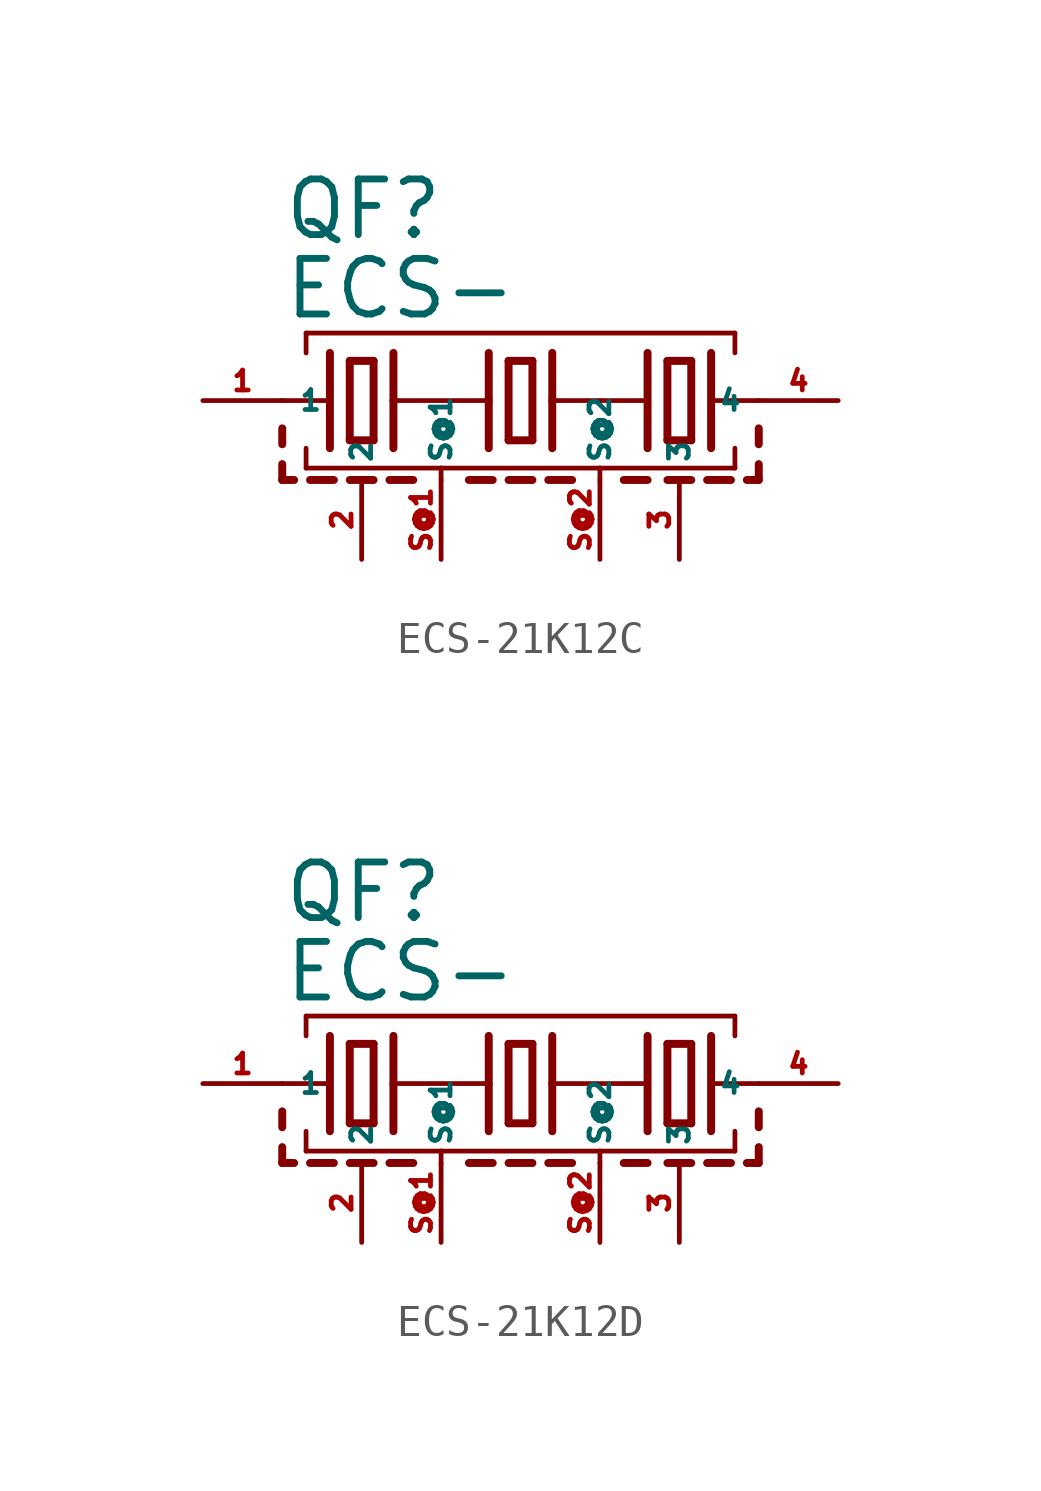
<source format=kicad_sym>
(kicad_symbol_lib
  (version 20220914)
  (generator Eagle2Kicad)
  (symbol "ECS-21K12C"
    (property "Reference" "QF"
      (at -7.62 5.08 0)
      (effects (font (size 1.778 1.778) (thickness 0.22)) (justify left bottom)))
    (property "Value" "ECS-"
      (at -7.62 2.54 0)
      (effects (font (size 1.778 1.778) (thickness 0.22)) (justify left bottom)))
    (polyline
      (pts (xy 6.096 0) (xy 7.62 0))
      (stroke (width 0.152) (type default))
      (fill (type none)))
    (polyline
      (pts (xy -7.62 0) (xy -6.096 0))
      (stroke (width 0.152) (type default))
      (fill (type none)))
    (polyline
      (pts (xy -0.381 1.27) (xy -0.381 -1.27))
      (stroke (width 0.254) (type default))
      (fill (type none)))
    (polyline
      (pts (xy -0.381 -1.27) (xy 0.381 -1.27))
      (stroke (width 0.254) (type default))
      (fill (type none)))
    (polyline
      (pts (xy 0.381 -1.27) (xy 0.381 1.27))
      (stroke (width 0.254) (type default))
      (fill (type none)))
    (polyline
      (pts (xy 0.381 1.27) (xy -0.381 1.27))
      (stroke (width 0.254) (type default))
      (fill (type none)))
    (polyline
      (pts (xy 6.096 1.524) (xy 6.096 -1.524))
      (stroke (width 0.254) (type default))
      (fill (type none)))
    (polyline
      (pts (xy -6.096 1.524) (xy -6.096 -1.524))
      (stroke (width 0.254) (type default))
      (fill (type none)))
    (polyline
      (pts (xy -6.858 1.524) (xy -6.858 2.159))
      (stroke (width 0.152) (type default))
      (fill (type none)))
    (polyline
      (pts (xy -6.858 2.159) (xy 6.858 2.159))
      (stroke (width 0.152) (type default))
      (fill (type none)))
    (polyline
      (pts (xy 6.858 2.159) (xy 6.858 1.524))
      (stroke (width 0.152) (type default))
      (fill (type none)))
    (polyline
      (pts (xy 6.858 -1.524) (xy 6.858 -2.159))
      (stroke (width 0.152) (type default))
      (fill (type none)))
    (polyline
      (pts (xy -6.858 -2.159) (xy -2.54 -2.159))
      (stroke (width 0.152) (type default))
      (fill (type none)))
    (polyline
      (pts (xy -2.54 -2.159) (xy 2.54 -2.159))
      (stroke (width 0.152) (type default))
      (fill (type none)))
    (polyline
      (pts (xy 2.54 -2.159) (xy 6.858 -2.159))
      (stroke (width 0.152) (type default))
      (fill (type none)))
    (polyline
      (pts (xy -6.858 -2.159) (xy -6.858 -1.524))
      (stroke (width 0.152) (type default))
      (fill (type none)))
    (polyline
      (pts (xy -1.016 1.524) (xy -1.016 0))
      (stroke (width 0.254) (type default))
      (fill (type none)))
    (polyline
      (pts (xy -1.016 0) (xy -1.016 -1.524))
      (stroke (width 0.254) (type default))
      (fill (type none)))
    (polyline
      (pts (xy 1.016 1.524) (xy 1.016 0))
      (stroke (width 0.254) (type default))
      (fill (type none)))
    (polyline
      (pts (xy 1.016 0) (xy 1.016 -1.524))
      (stroke (width 0.254) (type default))
      (fill (type none)))
    (polyline
      (pts (xy -4.699 1.27) (xy -5.461 1.27))
      (stroke (width 0.254) (type default))
      (fill (type none)))
    (polyline
      (pts (xy -5.461 -1.27) (xy -4.699 -1.27))
      (stroke (width 0.254) (type default))
      (fill (type none)))
    (polyline
      (pts (xy -5.461 1.27) (xy -5.461 -1.27))
      (stroke (width 0.254) (type default))
      (fill (type none)))
    (polyline
      (pts (xy -4.699 -1.27) (xy -4.699 1.27))
      (stroke (width 0.254) (type default))
      (fill (type none)))
    (polyline
      (pts (xy 5.461 -1.27) (xy 5.461 1.27))
      (stroke (width 0.254) (type default))
      (fill (type none)))
    (polyline
      (pts (xy 4.699 1.27) (xy 4.699 -1.27))
      (stroke (width 0.254) (type default))
      (fill (type none)))
    (polyline
      (pts (xy 5.461 1.27) (xy 4.699 1.27))
      (stroke (width 0.254) (type default))
      (fill (type none)))
    (polyline
      (pts (xy 4.699 -1.27) (xy 5.461 -1.27))
      (stroke (width 0.254) (type default))
      (fill (type none)))
    (polyline
      (pts (xy 4.064 1.524) (xy 4.064 -1.524))
      (stroke (width 0.254) (type default))
      (fill (type none)))
    (polyline
      (pts (xy -4.064 1.524) (xy -4.064 0))
      (stroke (width 0.254) (type default))
      (fill (type none)))
    (polyline
      (pts (xy -4.064 0) (xy -4.064 -1.524))
      (stroke (width 0.254) (type default))
      (fill (type none)))
    (polyline
      (pts (xy -4.064 0) (xy -1.016 0))
      (stroke (width 0.152) (type default))
      (fill (type none)))
    (polyline
      (pts (xy 1.016 0) (xy 4.064 0))
      (stroke (width 0.152) (type default))
      (fill (type none)))
    (polyline
      (pts (xy -7.62 -2.032) (xy -7.62 -2.54))
      (stroke (width 0.254) (type default))
      (fill (type none)))
    (polyline
      (pts (xy -7.62 -2.54) (xy -7.239 -2.54))
      (stroke (width 0.254) (type default))
      (fill (type none)))
    (polyline
      (pts (xy -5.461 -2.54) (xy -4.699 -2.54))
      (stroke (width 0.254) (type default))
      (fill (type none)))
    (polyline
      (pts (xy -6.731 -2.54) (xy -5.969 -2.54))
      (stroke (width 0.254) (type default))
      (fill (type none)))
    (polyline
      (pts (xy 4.699 -2.54) (xy 5.461 -2.54))
      (stroke (width 0.254) (type default))
      (fill (type none)))
    (polyline
      (pts (xy -4.191 -2.54) (xy -3.429 -2.54))
      (stroke (width 0.254) (type default))
      (fill (type none)))
    (polyline
      (pts (xy -1.651 -2.54) (xy -0.889 -2.54))
      (stroke (width 0.254) (type default))
      (fill (type none)))
    (polyline
      (pts (xy -0.381 -2.54) (xy 0.381 -2.54))
      (stroke (width 0.254) (type default))
      (fill (type none)))
    (polyline
      (pts (xy 0.889 -2.54) (xy 1.651 -2.54))
      (stroke (width 0.254) (type default))
      (fill (type none)))
    (polyline
      (pts (xy 3.302 -2.54) (xy 4.064 -2.54))
      (stroke (width 0.254) (type default))
      (fill (type none)))
    (polyline
      (pts (xy -2.54 -2.54) (xy -2.54 -2.159))
      (stroke (width 0.152) (type default))
      (fill (type none)))
    (polyline
      (pts (xy 2.54 -2.54) (xy 2.54 -2.159))
      (stroke (width 0.152) (type default))
      (fill (type none)))
    (polyline
      (pts (xy 7.62 -2.54) (xy 7.239 -2.54))
      (stroke (width 0.254) (type default))
      (fill (type none)))
    (polyline
      (pts (xy 6.731 -2.54) (xy 5.969 -2.54))
      (stroke (width 0.254) (type default))
      (fill (type none)))
    (polyline
      (pts (xy 7.62 -2.032) (xy 7.62 -2.54))
      (stroke (width 0.254) (type default))
      (fill (type none)))
    (polyline
      (pts (xy -7.62 -0.889) (xy -7.62 -1.397))
      (stroke (width 0.254) (type default))
      (fill (type none)))
    (polyline
      (pts (xy 7.62 -0.889) (xy 7.62 -1.397))
      (stroke (width 0.254) (type default))
      (fill (type none)))
    (pin passive line
      (at 10.16 0 180)
      (length 2.54)
      (name "4" (effects (font (size 0.635 0.635) (thickness 0.08)) (justify left bottom)))
      (number "4" (effects (font (size 0.635 0.635) (thickness 0.08)) (justify left bottom))))
    (pin passive line
      (at -10.16 0 0)
      (length 2.54)
      (name "1" (effects (font (size 0.635 0.635) (thickness 0.08)) (justify left bottom)))
      (number "1" (effects (font (size 0.635 0.635) (thickness 0.08)) (justify left bottom))))
    (pin passive line
      (at -5.08 -5.08 90)
      (length 2.54)
      (name "2" (effects (font (size 0.635 0.635) (thickness 0.08)) (justify left bottom)))
      (number "2" (effects (font (size 0.635 0.635) (thickness 0.08)) (justify left bottom))))
    (pin passive line
      (at 5.08 -5.08 90)
      (length 2.54)
      (name "3" (effects (font (size 0.635 0.635) (thickness 0.08)) (justify left bottom)))
      (number "3" (effects (font (size 0.635 0.635) (thickness 0.08)) (justify left bottom))))
    (pin passive line
      (at -2.54 -5.08 90)
      (length 2.54)
      (name "S@1" (effects (font (size 0.635 0.635) (thickness 0.08)) (justify left bottom)))
      (number "S@1" (effects (font (size 0.635 0.635) (thickness 0.08)) (justify left bottom))))
    (pin passive line
      (at 2.54 -5.08 90)
      (length 2.54)
      (name "S@2" (effects (font (size 0.635 0.635) (thickness 0.08)) (justify left bottom)))
      (number "S@2" (effects (font (size 0.635 0.635) (thickness 0.08)) (justify left bottom)))))
  (symbol "ECS-21K12D"
    (property "Reference" "QF"
      (at -7.62 5.08 0)
      (effects (font (size 1.778 1.778) (thickness 0.22)) (justify left bottom)))
    (property "Value" "ECS-"
      (at -7.62 2.54 0)
      (effects (font (size 1.778 1.778) (thickness 0.22)) (justify left bottom)))
    (polyline
      (pts (xy 6.096 0) (xy 7.62 0))
      (stroke (width 0.152) (type default))
      (fill (type none)))
    (polyline
      (pts (xy -7.62 0) (xy -6.096 0))
      (stroke (width 0.152) (type default))
      (fill (type none)))
    (polyline
      (pts (xy -0.381 1.27) (xy -0.381 -1.27))
      (stroke (width 0.254) (type default))
      (fill (type none)))
    (polyline
      (pts (xy -0.381 -1.27) (xy 0.381 -1.27))
      (stroke (width 0.254) (type default))
      (fill (type none)))
    (polyline
      (pts (xy 0.381 -1.27) (xy 0.381 1.27))
      (stroke (width 0.254) (type default))
      (fill (type none)))
    (polyline
      (pts (xy 0.381 1.27) (xy -0.381 1.27))
      (stroke (width 0.254) (type default))
      (fill (type none)))
    (polyline
      (pts (xy 6.096 1.524) (xy 6.096 -1.524))
      (stroke (width 0.254) (type default))
      (fill (type none)))
    (polyline
      (pts (xy -6.096 1.524) (xy -6.096 -1.524))
      (stroke (width 0.254) (type default))
      (fill (type none)))
    (polyline
      (pts (xy -6.858 1.524) (xy -6.858 2.159))
      (stroke (width 0.152) (type default))
      (fill (type none)))
    (polyline
      (pts (xy -6.858 2.159) (xy 6.858 2.159))
      (stroke (width 0.152) (type default))
      (fill (type none)))
    (polyline
      (pts (xy 6.858 2.159) (xy 6.858 1.524))
      (stroke (width 0.152) (type default))
      (fill (type none)))
    (polyline
      (pts (xy 6.858 -1.524) (xy 6.858 -2.159))
      (stroke (width 0.152) (type default))
      (fill (type none)))
    (polyline
      (pts (xy -6.858 -2.159) (xy -2.54 -2.159))
      (stroke (width 0.152) (type default))
      (fill (type none)))
    (polyline
      (pts (xy -2.54 -2.159) (xy 2.54 -2.159))
      (stroke (width 0.152) (type default))
      (fill (type none)))
    (polyline
      (pts (xy 2.54 -2.159) (xy 6.858 -2.159))
      (stroke (width 0.152) (type default))
      (fill (type none)))
    (polyline
      (pts (xy -6.858 -2.159) (xy -6.858 -1.524))
      (stroke (width 0.152) (type default))
      (fill (type none)))
    (polyline
      (pts (xy -1.016 1.524) (xy -1.016 0))
      (stroke (width 0.254) (type default))
      (fill (type none)))
    (polyline
      (pts (xy -1.016 0) (xy -1.016 -1.524))
      (stroke (width 0.254) (type default))
      (fill (type none)))
    (polyline
      (pts (xy 1.016 1.524) (xy 1.016 0))
      (stroke (width 0.254) (type default))
      (fill (type none)))
    (polyline
      (pts (xy 1.016 0) (xy 1.016 -1.524))
      (stroke (width 0.254) (type default))
      (fill (type none)))
    (polyline
      (pts (xy -4.699 1.27) (xy -5.461 1.27))
      (stroke (width 0.254) (type default))
      (fill (type none)))
    (polyline
      (pts (xy -5.461 -1.27) (xy -4.699 -1.27))
      (stroke (width 0.254) (type default))
      (fill (type none)))
    (polyline
      (pts (xy -5.461 1.27) (xy -5.461 -1.27))
      (stroke (width 0.254) (type default))
      (fill (type none)))
    (polyline
      (pts (xy -4.699 -1.27) (xy -4.699 1.27))
      (stroke (width 0.254) (type default))
      (fill (type none)))
    (polyline
      (pts (xy 5.461 -1.27) (xy 5.461 1.27))
      (stroke (width 0.254) (type default))
      (fill (type none)))
    (polyline
      (pts (xy 4.699 1.27) (xy 4.699 -1.27))
      (stroke (width 0.254) (type default))
      (fill (type none)))
    (polyline
      (pts (xy 5.461 1.27) (xy 4.699 1.27))
      (stroke (width 0.254) (type default))
      (fill (type none)))
    (polyline
      (pts (xy 4.699 -1.27) (xy 5.461 -1.27))
      (stroke (width 0.254) (type default))
      (fill (type none)))
    (polyline
      (pts (xy 4.064 1.524) (xy 4.064 -1.524))
      (stroke (width 0.254) (type default))
      (fill (type none)))
    (polyline
      (pts (xy -4.064 1.524) (xy -4.064 0))
      (stroke (width 0.254) (type default))
      (fill (type none)))
    (polyline
      (pts (xy -4.064 0) (xy -4.064 -1.524))
      (stroke (width 0.254) (type default))
      (fill (type none)))
    (polyline
      (pts (xy -4.064 0) (xy -1.016 0))
      (stroke (width 0.152) (type default))
      (fill (type none)))
    (polyline
      (pts (xy 1.016 0) (xy 4.064 0))
      (stroke (width 0.152) (type default))
      (fill (type none)))
    (polyline
      (pts (xy -7.62 -2.032) (xy -7.62 -2.54))
      (stroke (width 0.254) (type default))
      (fill (type none)))
    (polyline
      (pts (xy -7.62 -2.54) (xy -7.239 -2.54))
      (stroke (width 0.254) (type default))
      (fill (type none)))
    (polyline
      (pts (xy -5.461 -2.54) (xy -4.699 -2.54))
      (stroke (width 0.254) (type default))
      (fill (type none)))
    (polyline
      (pts (xy -6.731 -2.54) (xy -5.969 -2.54))
      (stroke (width 0.254) (type default))
      (fill (type none)))
    (polyline
      (pts (xy 4.699 -2.54) (xy 5.461 -2.54))
      (stroke (width 0.254) (type default))
      (fill (type none)))
    (polyline
      (pts (xy -4.191 -2.54) (xy -3.429 -2.54))
      (stroke (width 0.254) (type default))
      (fill (type none)))
    (polyline
      (pts (xy -1.651 -2.54) (xy -0.889 -2.54))
      (stroke (width 0.254) (type default))
      (fill (type none)))
    (polyline
      (pts (xy -0.381 -2.54) (xy 0.381 -2.54))
      (stroke (width 0.254) (type default))
      (fill (type none)))
    (polyline
      (pts (xy 0.889 -2.54) (xy 1.651 -2.54))
      (stroke (width 0.254) (type default))
      (fill (type none)))
    (polyline
      (pts (xy 3.302 -2.54) (xy 4.064 -2.54))
      (stroke (width 0.254) (type default))
      (fill (type none)))
    (polyline
      (pts (xy -2.54 -2.54) (xy -2.54 -2.159))
      (stroke (width 0.152) (type default))
      (fill (type none)))
    (polyline
      (pts (xy 2.54 -2.54) (xy 2.54 -2.159))
      (stroke (width 0.152) (type default))
      (fill (type none)))
    (polyline
      (pts (xy 7.62 -2.54) (xy 7.239 -2.54))
      (stroke (width 0.254) (type default))
      (fill (type none)))
    (polyline
      (pts (xy 6.731 -2.54) (xy 5.969 -2.54))
      (stroke (width 0.254) (type default))
      (fill (type none)))
    (polyline
      (pts (xy 7.62 -2.032) (xy 7.62 -2.54))
      (stroke (width 0.254) (type default))
      (fill (type none)))
    (polyline
      (pts (xy -7.62 -0.889) (xy -7.62 -1.397))
      (stroke (width 0.254) (type default))
      (fill (type none)))
    (polyline
      (pts (xy 7.62 -0.889) (xy 7.62 -1.397))
      (stroke (width 0.254) (type default))
      (fill (type none)))
    (pin passive line
      (at 10.16 0 180)
      (length 2.54)
      (name "4" (effects (font (size 0.635 0.635) (thickness 0.08)) (justify left bottom)))
      (number "4" (effects (font (size 0.635 0.635) (thickness 0.08)) (justify left bottom))))
    (pin passive line
      (at -10.16 0 0)
      (length 2.54)
      (name "1" (effects (font (size 0.635 0.635) (thickness 0.08)) (justify left bottom)))
      (number "1" (effects (font (size 0.635 0.635) (thickness 0.08)) (justify left bottom))))
    (pin passive line
      (at -5.08 -5.08 90)
      (length 2.54)
      (name "2" (effects (font (size 0.635 0.635) (thickness 0.08)) (justify left bottom)))
      (number "2" (effects (font (size 0.635 0.635) (thickness 0.08)) (justify left bottom))))
    (pin passive line
      (at 5.08 -5.08 90)
      (length 2.54)
      (name "3" (effects (font (size 0.635 0.635) (thickness 0.08)) (justify left bottom)))
      (number "3" (effects (font (size 0.635 0.635) (thickness 0.08)) (justify left bottom))))
    (pin passive line
      (at -2.54 -5.08 90)
      (length 2.54)
      (name "S@1" (effects (font (size 0.635 0.635) (thickness 0.08)) (justify left bottom)))
      (number "S@1" (effects (font (size 0.635 0.635) (thickness 0.08)) (justify left bottom))))
    (pin passive line
      (at 2.54 -5.08 90)
      (length 2.54)
      (name "S@2" (effects (font (size 0.635 0.635) (thickness 0.08)) (justify left bottom)))
      (number "S@2" (effects (font (size 0.635 0.635) (thickness 0.08)) (justify left bottom))))))
</source>
